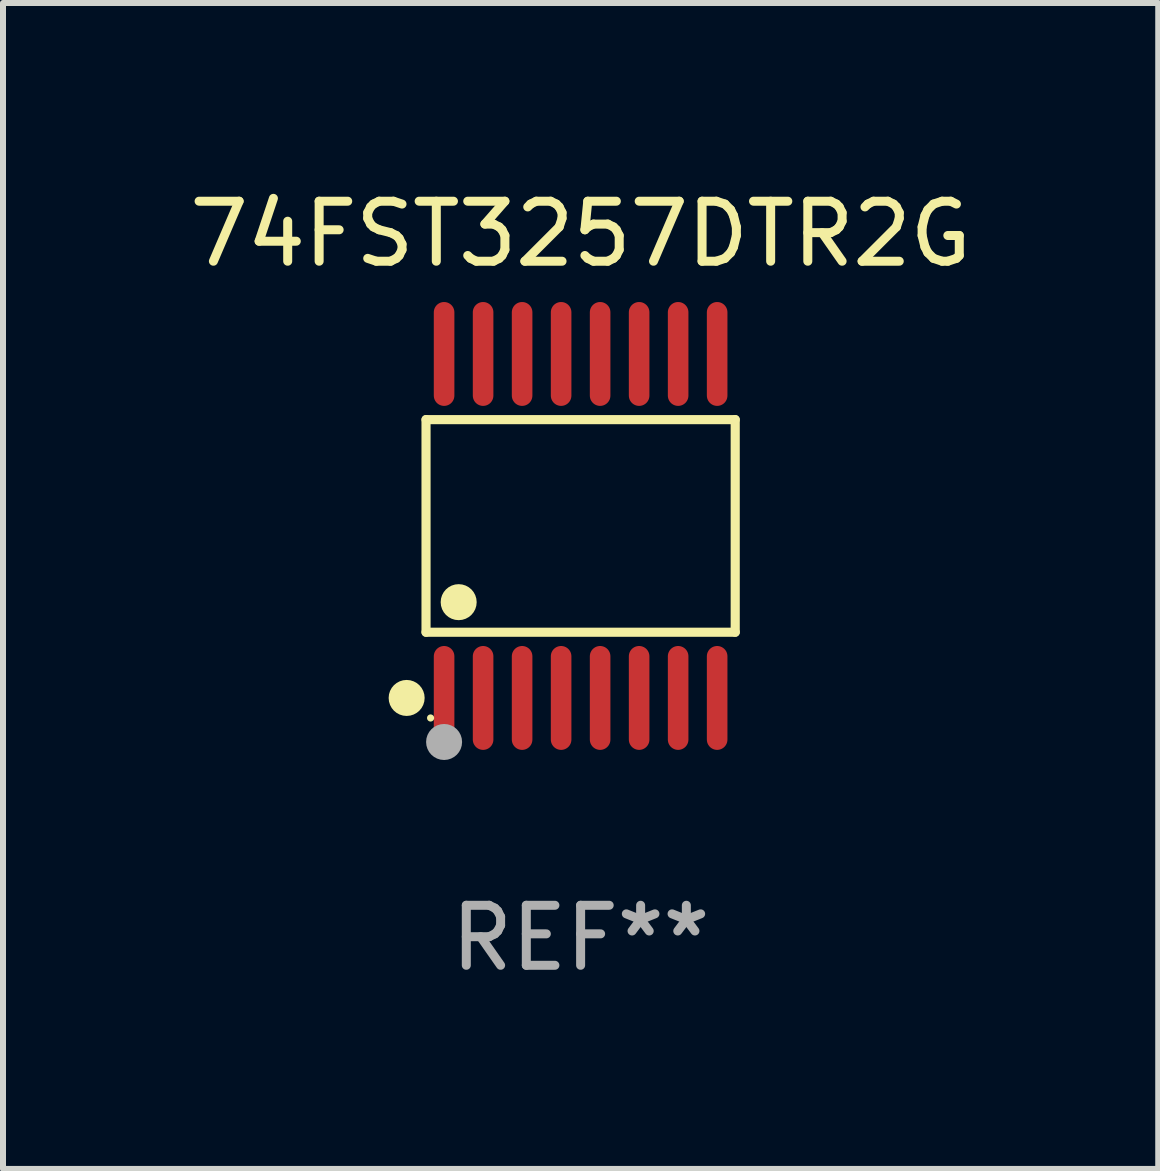
<source format=kicad_pcb>
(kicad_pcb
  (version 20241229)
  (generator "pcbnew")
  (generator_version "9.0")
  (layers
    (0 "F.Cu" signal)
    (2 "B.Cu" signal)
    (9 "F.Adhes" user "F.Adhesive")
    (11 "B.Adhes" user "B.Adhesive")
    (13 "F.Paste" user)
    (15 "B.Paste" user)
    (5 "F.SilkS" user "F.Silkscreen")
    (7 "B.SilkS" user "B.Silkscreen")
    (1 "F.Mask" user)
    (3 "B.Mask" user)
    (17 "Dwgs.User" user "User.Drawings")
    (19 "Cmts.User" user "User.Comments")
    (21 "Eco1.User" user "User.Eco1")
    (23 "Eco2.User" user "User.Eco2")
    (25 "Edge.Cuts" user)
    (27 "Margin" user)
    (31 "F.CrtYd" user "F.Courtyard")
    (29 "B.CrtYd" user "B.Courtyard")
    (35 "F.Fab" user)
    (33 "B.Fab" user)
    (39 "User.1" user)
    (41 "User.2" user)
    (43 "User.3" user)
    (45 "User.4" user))
  (footprint "74FST3257DTR2G"
    (layer "F.Cu")
    (at 6.625 5.714)
    (property "Reference" "74FST3257DTR2G" (at 0 -4.866 0) (layer "F.SilkS") (effects (font (size 1 1) (thickness 0.15))))
    (attr through_hole)
    (fp_line (start -2.576 -1.772) (end 2.576 -1.772) (stroke (width 0.152) (type solid)) (layer "F.SilkS"))
    (fp_line (start -2.576 1.771) (end -2.576 -1.772) (stroke (width 0.152) (type solid)) (layer "F.SilkS"))
    (fp_line (start 2.576 -1.772) (end 2.576 1.771) (stroke (width 0.152) (type solid)) (layer "F.SilkS"))
    (fp_line (start 2.576 1.771) (end -2.576 1.771) (stroke (width 0.152) (type solid)) (layer "F.SilkS"))
    (fp_circle (center -2.899 2.866) (end -2.749 2.866) (stroke (width 0.3) (type solid)) (fill no) (layer "F.SilkS"))
    (fp_circle (center -2.5 3.2) (end -2.47 3.2) (stroke (width 0.06) (type solid)) (fill no) (layer "F.SilkS"))
    (fp_circle (center -2.032 1.27) (end -1.882 1.27) (stroke (width 0.3) (type solid)) (fill no) (layer "F.SilkS"))
    (fp_circle (center -2.275 3.6) (end -2.125 3.6) (stroke (width 0.3) (type solid)) (fill no) (layer "F.Fab"))
    (fp_text user "REF**" (at 0 6.866 0) (layer "F.Fab") (effects (font (size 1 1) (thickness 0.15))))
    (pad "1" smd oval (at -2.275 2.866) (size 0.343 1.731) (layers "F.Cu" "F.Mask" "F.Paste"))
    (pad "2" smd oval (at -1.625 2.866) (size 0.343 1.731) (layers "F.Cu" "F.Mask" "F.Paste"))
    (pad "3" smd oval (at -0.975 2.866) (size 0.343 1.731) (layers "F.Cu" "F.Mask" "F.Paste"))
    (pad "4" smd oval (at -0.325 2.866) (size 0.343 1.731) (layers "F.Cu" "F.Mask" "F.Paste"))
    (pad "5" smd oval (at 0.325 2.866) (size 0.343 1.731) (layers "F.Cu" "F.Mask" "F.Paste"))
    (pad "6" smd oval (at 0.975 2.866) (size 0.343 1.731) (layers "F.Cu" "F.Mask" "F.Paste"))
    (pad "7" smd oval (at 1.625 2.866) (size 0.343 1.731) (layers "F.Cu" "F.Mask" "F.Paste"))
    (pad "8" smd oval (at 2.275 2.866) (size 0.343 1.731) (layers "F.Cu" "F.Mask" "F.Paste"))
    (pad "9" smd oval (at 2.275 -2.866) (size 0.343 1.731) (layers "F.Cu" "F.Mask" "F.Paste"))
    (pad "10" smd oval (at 1.625 -2.866) (size 0.343 1.731) (layers "F.Cu" "F.Mask" "F.Paste"))
    (pad "11" smd oval (at 0.975 -2.866) (size 0.343 1.731) (layers "F.Cu" "F.Mask" "F.Paste"))
    (pad "12" smd oval (at 0.325 -2.866) (size 0.343 1.731) (layers "F.Cu" "F.Mask" "F.Paste"))
    (pad "13" smd oval (at -0.325 -2.866) (size 0.343 1.731) (layers "F.Cu" "F.Mask" "F.Paste"))
    (pad "14" smd oval (at -0.975 -2.866) (size 0.343 1.731) (layers "F.Cu" "F.Mask" "F.Paste"))
    (pad "15" smd oval (at -1.625 -2.866) (size 0.343 1.731) (layers "F.Cu" "F.Mask" "F.Paste"))
    (pad "16" smd oval (at -2.275 -2.866) (size 0.343 1.731) (layers "F.Cu" "F.Mask" "F.Paste")))
  (gr_rect
    (start -3 -3)
    (end 16.25 16.428)
    (stroke (width 0.1) (type default))
    (fill no)
    (layer "Edge.Cuts")))
</source>
